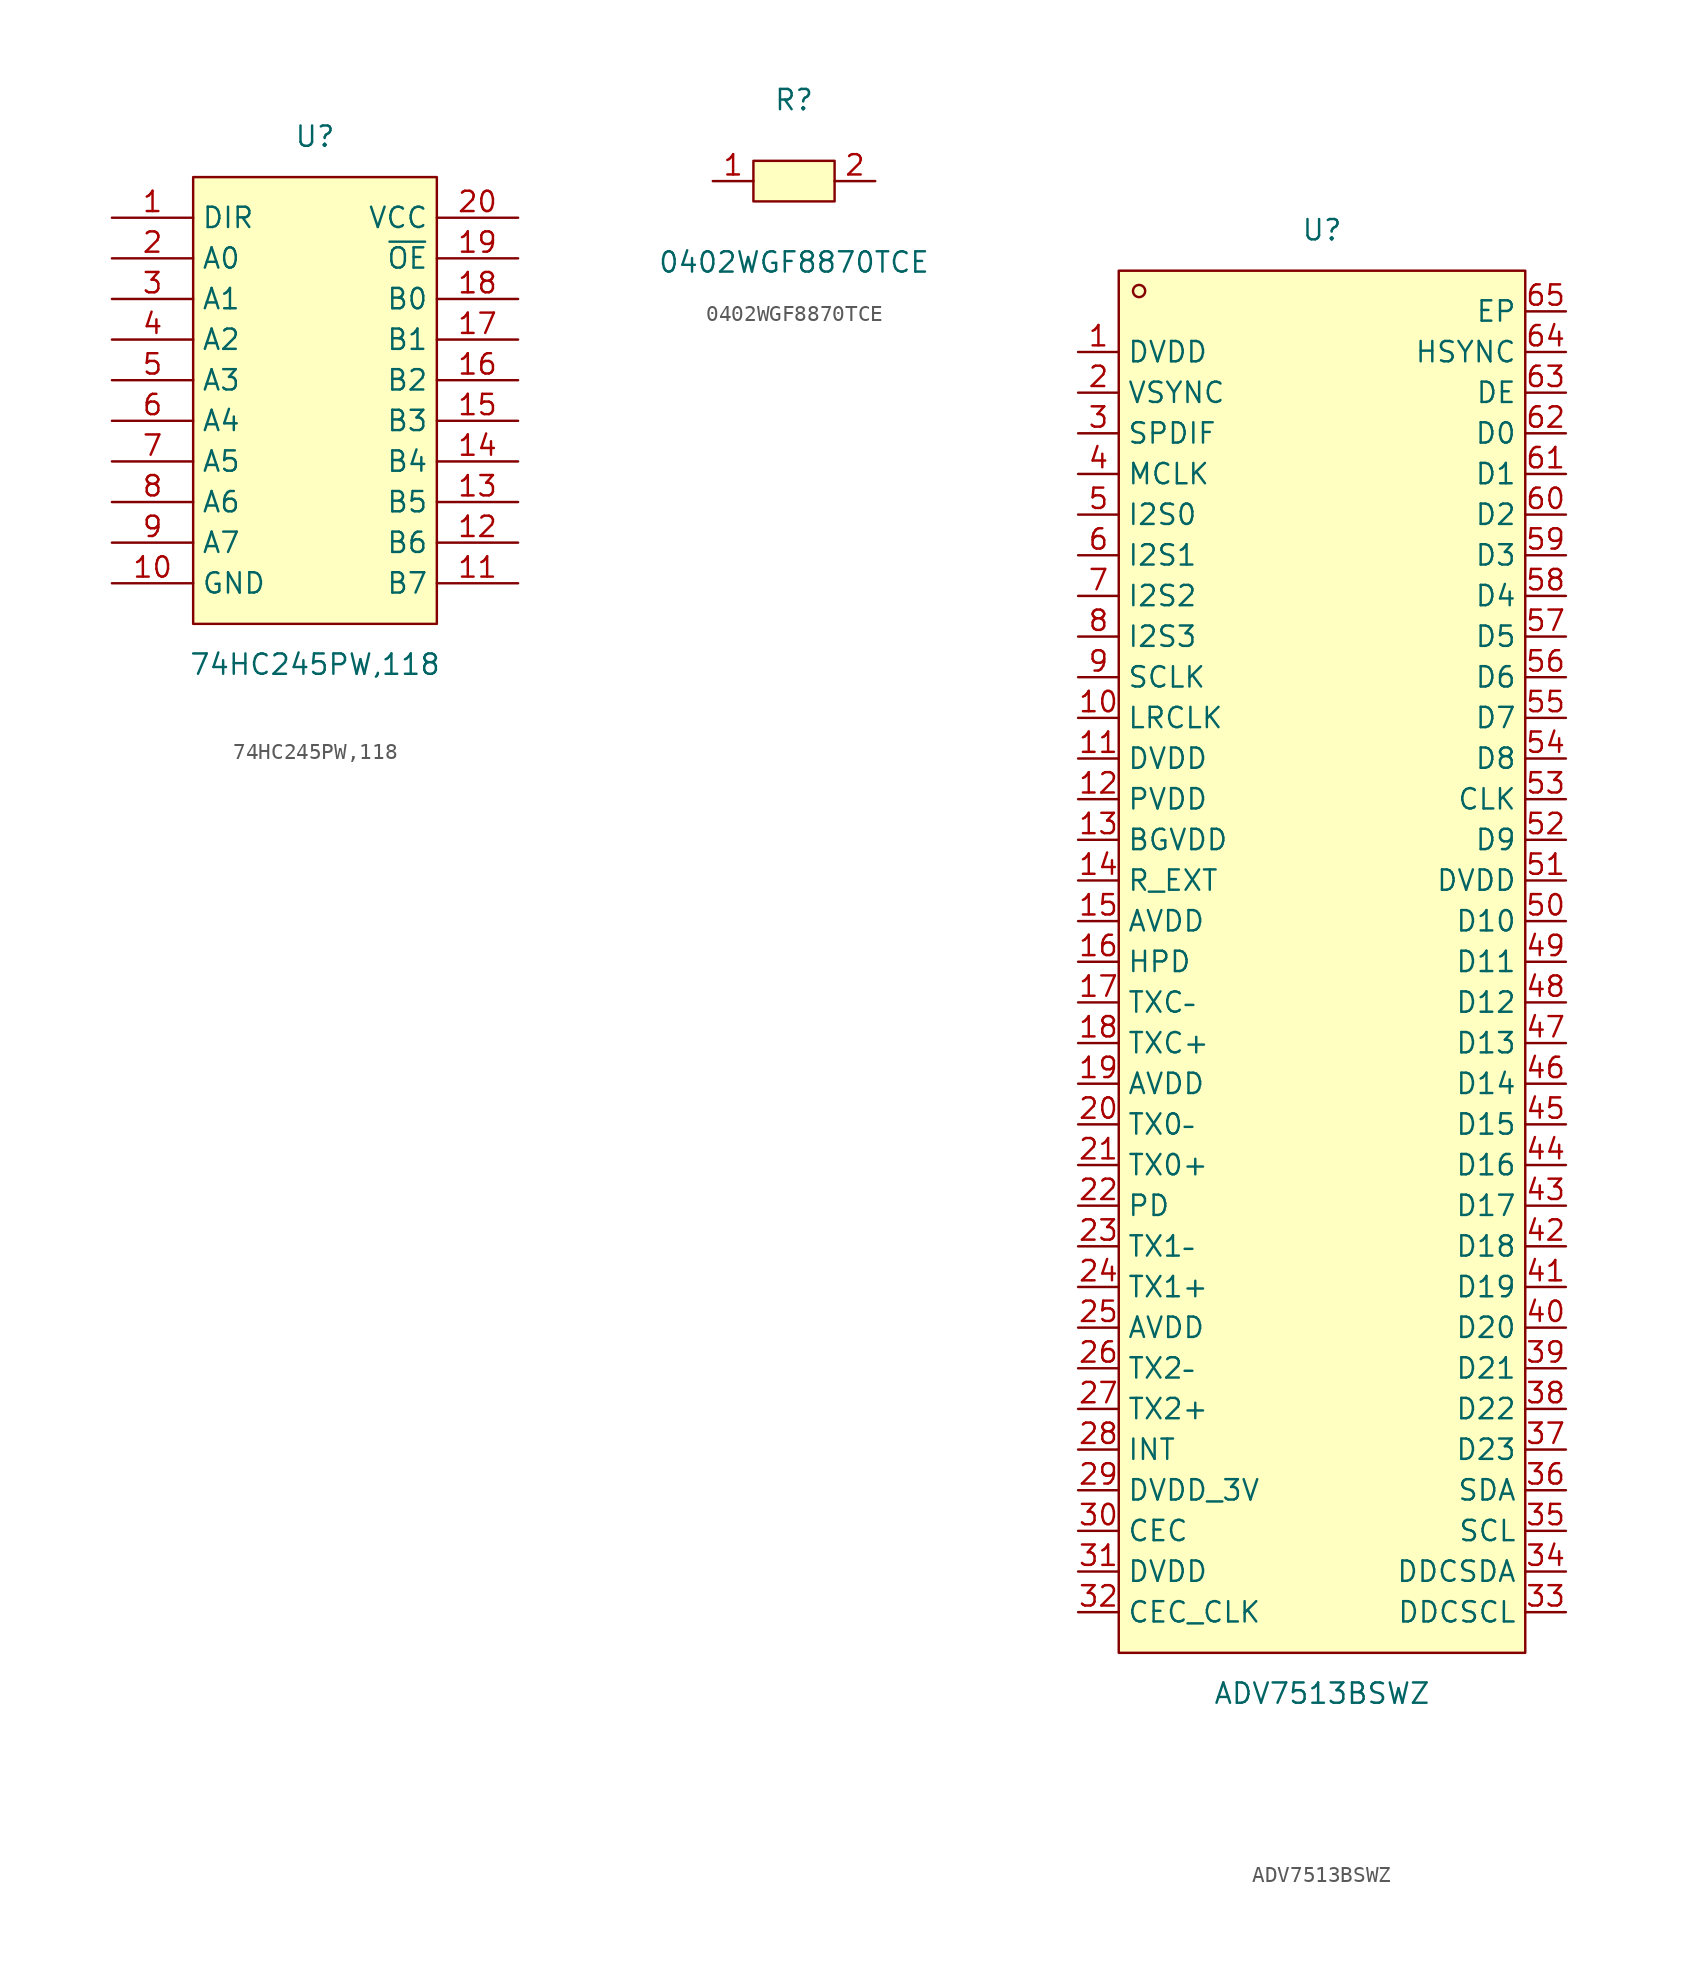
<source format=kicad_sym>
(kicad_symbol_lib
  (version 20220914)
  (generator https://github.com/uPesy/easyeda2kicad.py)
  (symbol "74HC245PW,118"
    (property "Reference" "U"
      (at 0 16.51 0)
      (effects (font (size 1.27 1.27))))
    (property "Value" "74HC245PW,118"
      (at 0 -16.51 0)
      (effects (font (size 1.27 1.27))))
    (symbol "74HC245PW,118_0_1"
      (rectangle (start -7.62 13.97) (end 7.62 -13.97) (stroke (width 0) (type default) (color 0 0 0 0)) (fill (type background)))
      (pin unspecified line (at -12.70 11.43 0) (length 5.08) (name "DIR" (effects (font (size 1.27 1.27)))) (number "1" (effects (font (size 1.27 1.27)))))
      (pin unspecified line (at -12.70 8.89 0) (length 5.08) (name "A0" (effects (font (size 1.27 1.27)))) (number "2" (effects (font (size 1.27 1.27)))))
      (pin unspecified line (at -12.70 6.35 0) (length 5.08) (name "A1" (effects (font (size 1.27 1.27)))) (number "3" (effects (font (size 1.27 1.27)))))
      (pin unspecified line (at -12.70 3.81 0) (length 5.08) (name "A2" (effects (font (size 1.27 1.27)))) (number "4" (effects (font (size 1.27 1.27)))))
      (pin unspecified line (at -12.70 1.27 0) (length 5.08) (name "A3" (effects (font (size 1.27 1.27)))) (number "5" (effects (font (size 1.27 1.27)))))
      (pin unspecified line (at -12.70 -1.27 0) (length 5.08) (name "A4" (effects (font (size 1.27 1.27)))) (number "6" (effects (font (size 1.27 1.27)))))
      (pin unspecified line (at -12.70 -3.81 0) (length 5.08) (name "A5" (effects (font (size 1.27 1.27)))) (number "7" (effects (font (size 1.27 1.27)))))
      (pin unspecified line (at -12.70 -6.35 0) (length 5.08) (name "A6" (effects (font (size 1.27 1.27)))) (number "8" (effects (font (size 1.27 1.27)))))
      (pin unspecified line (at -12.70 -8.89 0) (length 5.08) (name "A7" (effects (font (size 1.27 1.27)))) (number "9" (effects (font (size 1.27 1.27)))))
      (pin unspecified line (at -12.70 -11.43 0) (length 5.08) (name "GND" (effects (font (size 1.27 1.27)))) (number "10" (effects (font (size 1.27 1.27)))))
      (pin unspecified line (at 12.70 -11.43 180) (length 5.08) (name "B7" (effects (font (size 1.27 1.27)))) (number "11" (effects (font (size 1.27 1.27)))))
      (pin unspecified line (at 12.70 -8.89 180) (length 5.08) (name "B6" (effects (font (size 1.27 1.27)))) (number "12" (effects (font (size 1.27 1.27)))))
      (pin unspecified line (at 12.70 -6.35 180) (length 5.08) (name "B5" (effects (font (size 1.27 1.27)))) (number "13" (effects (font (size 1.27 1.27)))))
      (pin unspecified line (at 12.70 -3.81 180) (length 5.08) (name "B4" (effects (font (size 1.27 1.27)))) (number "14" (effects (font (size 1.27 1.27)))))
      (pin unspecified line (at 12.70 -1.27 180) (length 5.08) (name "B3" (effects (font (size 1.27 1.27)))) (number "15" (effects (font (size 1.27 1.27)))))
      (pin unspecified line (at 12.70 1.27 180) (length 5.08) (name "B2" (effects (font (size 1.27 1.27)))) (number "16" (effects (font (size 1.27 1.27)))))
      (pin unspecified line (at 12.70 3.81 180) (length 5.08) (name "B1" (effects (font (size 1.27 1.27)))) (number "17" (effects (font (size 1.27 1.27)))))
      (pin unspecified line (at 12.70 6.35 180) (length 5.08) (name "B0" (effects (font (size 1.27 1.27)))) (number "18" (effects (font (size 1.27 1.27)))))
      (pin unspecified line (at 12.70 8.89 180) (length 5.08) (name "~{OE}" (effects (font (size 1.27 1.27)))) (number "19" (effects (font (size 1.27 1.27)))))
      (pin unspecified line (at 12.70 11.43 180) (length 5.08) (name "VCC" (effects (font (size 1.27 1.27)))) (number "20" (effects (font (size 1.27 1.27)))))))
  (symbol "0402WGF8870TCE"
    (property "Reference" "R"
      (at 0 5.08 0)
      (effects (font (size 1.27 1.27))))
    (property "Value" "0402WGF8870TCE"
      (at 0 -5.08 0)
      (effects (font (size 1.27 1.27))))
    (symbol "0402WGF8870TCE_0_1"
      (rectangle (start -2.54 1.27) (end 2.54 -1.27) (stroke (width 0) (type default)) (fill (type background))))
    (symbol "0402WGF8870TCE_1_1"
      (pin unspecified line (at -5.08 0 0) (length 2.54) (name "" (effects (font (size 1.27 1.27)))) (number "1" (effects (font (size 1.27 1.27)))))
      (pin unspecified line (at 5.08 0 180) (length 2.54) (name "" (effects (font (size 1.27 1.27)))) (number "2" (effects (font (size 1.27 1.27)))))))
  (symbol "ADV7513BSWZ"
    (property "Reference" "U"
      (at 0 45.72 0)
      (effects (font (size 1.27 1.27))))
    (property "Value" "ADV7513BSWZ"
      (at 0 -45.72 0)
      (effects (font (size 1.27 1.27))))
    (symbol "ADV7513BSWZ_0_1"
      (rectangle (start -12.7 43.18) (end 12.7 -43.18) (stroke (width 0) (type default)) (fill (type background)))
      (circle (center -11.43 41.91) (radius 0.38) (stroke (width 0) (type default)) (fill (type none)))
      (pin unspecified line (at -15.24 38.1 0) (length 2.54) (name "DVDD" (effects (font (size 1.27 1.27)))) (number "1" (effects (font (size 1.27 1.27)))))
      (pin unspecified line (at -15.24 15.24 0) (length 2.54) (name "LRCLK" (effects (font (size 1.27 1.27)))) (number "10" (effects (font (size 1.27 1.27)))))
      (pin unspecified line (at -15.24 12.7 0) (length 2.54) (name "DVDD" (effects (font (size 1.27 1.27)))) (number "11" (effects (font (size 1.27 1.27)))))
      (pin unspecified line (at -15.24 10.16 0) (length 2.54) (name "PVDD" (effects (font (size 1.27 1.27)))) (number "12" (effects (font (size 1.27 1.27)))))
      (pin unspecified line (at -15.24 7.62 0) (length 2.54) (name "BGVDD" (effects (font (size 1.27 1.27)))) (number "13" (effects (font (size 1.27 1.27)))))
      (pin unspecified line (at -15.24 5.08 0) (length 2.54) (name "R_EXT" (effects (font (size 1.27 1.27)))) (number "14" (effects (font (size 1.27 1.27)))))
      (pin unspecified line (at -15.24 2.54 0) (length 2.54) (name "AVDD" (effects (font (size 1.27 1.27)))) (number "15" (effects (font (size 1.27 1.27)))))
      (pin unspecified line (at -15.24 0 0) (length 2.54) (name "HPD" (effects (font (size 1.27 1.27)))) (number "16" (effects (font (size 1.27 1.27)))))
      (pin unspecified line (at -15.24 -2.54 0) (length 2.54) (name "TXC–" (effects (font (size 1.27 1.27)))) (number "17" (effects (font (size 1.27 1.27)))))
      (pin unspecified line (at -15.24 -5.08 0) (length 2.54) (name "TXC+" (effects (font (size 1.27 1.27)))) (number "18" (effects (font (size 1.27 1.27)))))
      (pin unspecified line (at -15.24 -7.62 0) (length 2.54) (name "AVDD" (effects (font (size 1.27 1.27)))) (number "19" (effects (font (size 1.27 1.27)))))
      (pin unspecified line (at -15.24 35.56 0) (length 2.54) (name "VSYNC" (effects (font (size 1.27 1.27)))) (number "2" (effects (font (size 1.27 1.27)))))
      (pin unspecified line (at -15.24 -10.16 0) (length 2.54) (name "TX0–" (effects (font (size 1.27 1.27)))) (number "20" (effects (font (size 1.27 1.27)))))
      (pin unspecified line (at -15.24 -12.7 0) (length 2.54) (name "TX0+" (effects (font (size 1.27 1.27)))) (number "21" (effects (font (size 1.27 1.27)))))
      (pin unspecified line (at -15.24 -15.24 0) (length 2.54) (name "PD" (effects (font (size 1.27 1.27)))) (number "22" (effects (font (size 1.27 1.27)))))
      (pin unspecified line (at -15.24 -17.78 0) (length 2.54) (name "TX1–" (effects (font (size 1.27 1.27)))) (number "23" (effects (font (size 1.27 1.27)))))
      (pin unspecified line (at -15.24 -20.32 0) (length 2.54) (name "TX1+" (effects (font (size 1.27 1.27)))) (number "24" (effects (font (size 1.27 1.27)))))
      (pin unspecified line (at -15.24 -22.86 0) (length 2.54) (name "AVDD" (effects (font (size 1.27 1.27)))) (number "25" (effects (font (size 1.27 1.27)))))
      (pin unspecified line (at -15.24 -25.4 0) (length 2.54) (name "TX2–" (effects (font (size 1.27 1.27)))) (number "26" (effects (font (size 1.27 1.27)))))
      (pin unspecified line (at -15.24 -27.94 0) (length 2.54) (name "TX2+" (effects (font (size 1.27 1.27)))) (number "27" (effects (font (size 1.27 1.27)))))
      (pin unspecified line (at -15.24 -30.48 0) (length 2.54) (name "INT" (effects (font (size 1.27 1.27)))) (number "28" (effects (font (size 1.27 1.27)))))
      (pin unspecified line (at -15.24 -33.02 0) (length 2.54) (name "DVDD_3V" (effects (font (size 1.27 1.27)))) (number "29" (effects (font (size 1.27 1.27)))))
      (pin unspecified line (at -15.24 33.02 0) (length 2.54) (name "SPDIF" (effects (font (size 1.27 1.27)))) (number "3" (effects (font (size 1.27 1.27)))))
      (pin unspecified line (at -15.24 -35.56 0) (length 2.54) (name "CEC" (effects (font (size 1.27 1.27)))) (number "30" (effects (font (size 1.27 1.27)))))
      (pin unspecified line (at -15.24 -38.1 0) (length 2.54) (name "DVDD" (effects (font (size 1.27 1.27)))) (number "31" (effects (font (size 1.27 1.27)))))
      (pin unspecified line (at -15.24 -40.64 0) (length 2.54) (name "CEC_CLK" (effects (font (size 1.27 1.27)))) (number "32" (effects (font (size 1.27 1.27)))))
      (pin unspecified line (at 15.24 -40.64 180) (length 2.54) (name "DDCSCL" (effects (font (size 1.27 1.27)))) (number "33" (effects (font (size 1.27 1.27)))))
      (pin unspecified line (at 15.24 -38.1 180) (length 2.54) (name "DDCSDA" (effects (font (size 1.27 1.27)))) (number "34" (effects (font (size 1.27 1.27)))))
      (pin unspecified line (at 15.24 -35.56 180) (length 2.54) (name "SCL" (effects (font (size 1.27 1.27)))) (number "35" (effects (font (size 1.27 1.27)))))
      (pin unspecified line (at 15.24 -33.02 180) (length 2.54) (name "SDA" (effects (font (size 1.27 1.27)))) (number "36" (effects (font (size 1.27 1.27)))))
      (pin unspecified line (at 15.24 -30.48 180) (length 2.54) (name "D23" (effects (font (size 1.27 1.27)))) (number "37" (effects (font (size 1.27 1.27)))))
      (pin unspecified line (at 15.24 -27.94 180) (length 2.54) (name "D22" (effects (font (size 1.27 1.27)))) (number "38" (effects (font (size 1.27 1.27)))))
      (pin unspecified line (at 15.24 -25.4 180) (length 2.54) (name "D21" (effects (font (size 1.27 1.27)))) (number "39" (effects (font (size 1.27 1.27)))))
      (pin unspecified line (at -15.24 30.48 0) (length 2.54) (name "MCLK" (effects (font (size 1.27 1.27)))) (number "4" (effects (font (size 1.27 1.27)))))
      (pin unspecified line (at 15.24 -22.86 180) (length 2.54) (name "D20" (effects (font (size 1.27 1.27)))) (number "40" (effects (font (size 1.27 1.27)))))
      (pin unspecified line (at 15.24 -20.32 180) (length 2.54) (name "D19" (effects (font (size 1.27 1.27)))) (number "41" (effects (font (size 1.27 1.27)))))
      (pin unspecified line (at 15.24 -17.78 180) (length 2.54) (name "D18" (effects (font (size 1.27 1.27)))) (number "42" (effects (font (size 1.27 1.27)))))
      (pin unspecified line (at 15.24 -15.24 180) (length 2.54) (name "D17" (effects (font (size 1.27 1.27)))) (number "43" (effects (font (size 1.27 1.27)))))
      (pin unspecified line (at 15.24 -12.7 180) (length 2.54) (name "D16" (effects (font (size 1.27 1.27)))) (number "44" (effects (font (size 1.27 1.27)))))
      (pin unspecified line (at 15.24 -10.16 180) (length 2.54) (name "D15" (effects (font (size 1.27 1.27)))) (number "45" (effects (font (size 1.27 1.27)))))
      (pin unspecified line (at 15.24 -7.62 180) (length 2.54) (name "D14" (effects (font (size 1.27 1.27)))) (number "46" (effects (font (size 1.27 1.27)))))
      (pin unspecified line (at 15.24 -5.08 180) (length 2.54) (name "D13" (effects (font (size 1.27 1.27)))) (number "47" (effects (font (size 1.27 1.27)))))
      (pin unspecified line (at 15.24 -2.54 180) (length 2.54) (name "D12" (effects (font (size 1.27 1.27)))) (number "48" (effects (font (size 1.27 1.27)))))
      (pin unspecified line (at 15.24 0 180) (length 2.54) (name "D11" (effects (font (size 1.27 1.27)))) (number "49" (effects (font (size 1.27 1.27)))))
      (pin unspecified line (at -15.24 27.94 0) (length 2.54) (name "I2S0" (effects (font (size 1.27 1.27)))) (number "5" (effects (font (size 1.27 1.27)))))
      (pin unspecified line (at 15.24 2.54 180) (length 2.54) (name "D10" (effects (font (size 1.27 1.27)))) (number "50" (effects (font (size 1.27 1.27)))))
      (pin unspecified line (at 15.24 5.08 180) (length 2.54) (name "DVDD" (effects (font (size 1.27 1.27)))) (number "51" (effects (font (size 1.27 1.27)))))
      (pin unspecified line (at 15.24 7.62 180) (length 2.54) (name "D9" (effects (font (size 1.27 1.27)))) (number "52" (effects (font (size 1.27 1.27)))))
      (pin unspecified line (at 15.24 10.16 180) (length 2.54) (name "CLK" (effects (font (size 1.27 1.27)))) (number "53" (effects (font (size 1.27 1.27)))))
      (pin unspecified line (at 15.24 12.7 180) (length 2.54) (name "D8" (effects (font (size 1.27 1.27)))) (number "54" (effects (font (size 1.27 1.27)))))
      (pin unspecified line (at 15.24 15.24 180) (length 2.54) (name "D7" (effects (font (size 1.27 1.27)))) (number "55" (effects (font (size 1.27 1.27)))))
      (pin unspecified line (at 15.24 17.78 180) (length 2.54) (name "D6" (effects (font (size 1.27 1.27)))) (number "56" (effects (font (size 1.27 1.27)))))
      (pin unspecified line (at 15.24 20.32 180) (length 2.54) (name "D5" (effects (font (size 1.27 1.27)))) (number "57" (effects (font (size 1.27 1.27)))))
      (pin unspecified line (at 15.24 22.86 180) (length 2.54) (name "D4" (effects (font (size 1.27 1.27)))) (number "58" (effects (font (size 1.27 1.27)))))
      (pin unspecified line (at 15.24 25.4 180) (length 2.54) (name "D3" (effects (font (size 1.27 1.27)))) (number "59" (effects (font (size 1.27 1.27)))))
      (pin unspecified line (at -15.24 25.4 0) (length 2.54) (name "I2S1" (effects (font (size 1.27 1.27)))) (number "6" (effects (font (size 1.27 1.27)))))
      (pin unspecified line (at 15.24 27.94 180) (length 2.54) (name "D2" (effects (font (size 1.27 1.27)))) (number "60" (effects (font (size 1.27 1.27)))))
      (pin unspecified line (at 15.24 30.48 180) (length 2.54) (name "D1" (effects (font (size 1.27 1.27)))) (number "61" (effects (font (size 1.27 1.27)))))
      (pin unspecified line (at 15.24 33.02 180) (length 2.54) (name "D0" (effects (font (size 1.27 1.27)))) (number "62" (effects (font (size 1.27 1.27)))))
      (pin unspecified line (at 15.24 35.56 180) (length 2.54) (name "DE" (effects (font (size 1.27 1.27)))) (number "63" (effects (font (size 1.27 1.27)))))
      (pin unspecified line (at 15.24 38.1 180) (length 2.54) (name "HSYNC" (effects (font (size 1.27 1.27)))) (number "64" (effects (font (size 1.27 1.27)))))
      (pin unspecified line (at 15.24 40.64 180) (length 2.54) (name "EP" (effects (font (size 1.27 1.27)))) (number "65" (effects (font (size 1.27 1.27)))))
      (pin unspecified line (at -15.24 22.86 0) (length 2.54) (name "I2S2" (effects (font (size 1.27 1.27)))) (number "7" (effects (font (size 1.27 1.27)))))
      (pin unspecified line (at -15.24 20.32 0) (length 2.54) (name "I2S3" (effects (font (size 1.27 1.27)))) (number "8" (effects (font (size 1.27 1.27)))))
      (pin unspecified line (at -15.24 17.78 0) (length 2.54) (name "SCLK" (effects (font (size 1.27 1.27)))) (number "9" (effects (font (size 1.27 1.27))))))))
</source>
